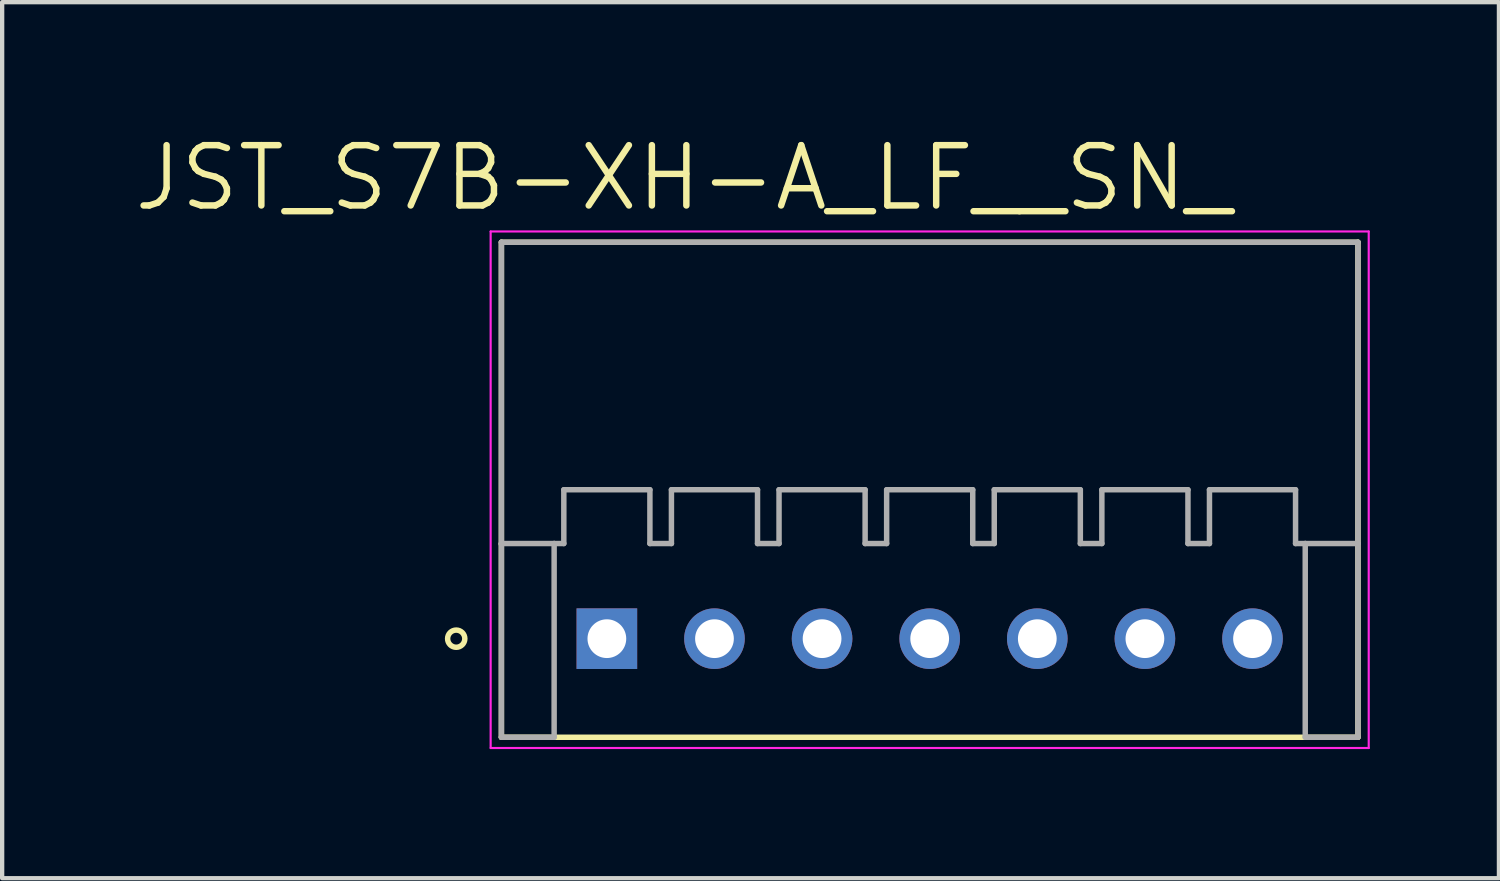
<source format=kicad_pcb>
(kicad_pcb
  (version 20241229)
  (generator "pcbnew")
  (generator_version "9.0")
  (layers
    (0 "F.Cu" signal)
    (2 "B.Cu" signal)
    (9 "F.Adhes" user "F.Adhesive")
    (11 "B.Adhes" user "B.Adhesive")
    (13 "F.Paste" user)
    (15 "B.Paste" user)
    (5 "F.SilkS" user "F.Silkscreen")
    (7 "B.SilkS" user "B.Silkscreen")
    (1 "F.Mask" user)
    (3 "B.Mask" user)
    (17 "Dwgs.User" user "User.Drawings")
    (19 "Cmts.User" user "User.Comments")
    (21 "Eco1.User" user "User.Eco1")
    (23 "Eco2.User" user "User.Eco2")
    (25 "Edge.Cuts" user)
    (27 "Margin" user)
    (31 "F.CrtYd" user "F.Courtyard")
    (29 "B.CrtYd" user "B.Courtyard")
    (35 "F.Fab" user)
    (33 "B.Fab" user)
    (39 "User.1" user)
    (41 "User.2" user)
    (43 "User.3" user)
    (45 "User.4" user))
  (footprint "JST_S7B-XH-A_LF__SN_"
    (layer "F.Cu")
    (at 18.549 8.328)
    (property "Reference" "JST_S7B-XH-A_LF__SN_" (at -5.72 -7.245 0) (layer "F.SilkS") (effects (font (size 1.401 1.401) (thickness 0.15))))
    (attr through_hole)
    (fp_line (start -9.95 -5.75) (end 9.95 -5.75) (stroke (width 0.127) (type solid)) (layer "F.SilkS"))
    (fp_line (start -9.95 1.25) (end -9.95 -5.75) (stroke (width 0.127) (type solid)) (layer "F.SilkS"))
    (fp_line (start -9.95 1.27) (end -9.95 1.25) (stroke (width 0.127) (type solid)) (layer "F.SilkS"))
    (fp_line (start -9.95 5.75) (end -9.95 1.27) (stroke (width 0.127) (type solid)) (layer "F.SilkS"))
    (fp_line (start 9.95 -5.75) (end 9.95 5.75) (stroke (width 0.127) (type solid)) (layer "F.SilkS"))
    (fp_line (start 9.95 5.75) (end -9.95 5.75) (stroke (width 0.127) (type solid)) (layer "F.SilkS"))
    (fp_circle (center -11 3.46) (end -10.8 3.46) (stroke (width 0.127) (type solid)) (fill no) (layer "F.SilkS"))
    (fp_line (start -10.2 -6) (end 10.2 -6) (stroke (width 0.05) (type solid)) (layer "F.CrtYd"))
    (fp_line (start -10.2 6) (end -10.2 -6) (stroke (width 0.05) (type solid)) (layer "F.CrtYd"))
    (fp_line (start 10.2 -6) (end 10.2 6) (stroke (width 0.05) (type solid)) (layer "F.CrtYd"))
    (fp_line (start 10.2 6) (end -10.2 6) (stroke (width 0.05) (type solid)) (layer "F.CrtYd"))
    (fp_line (start -9.95 -5.75) (end -9.95 1.25) (stroke (width 0.127) (type solid)) (layer "F.Fab"))
    (fp_line (start -9.95 1.25) (end -9.95 5.75) (stroke (width 0.127) (type solid)) (layer "F.Fab"))
    (fp_line (start -9.95 1.25) (end -8.725 1.25) (stroke (width 0.127) (type solid)) (layer "F.Fab"))
    (fp_line (start -9.95 5.75) (end -8.725 5.75) (stroke (width 0.127) (type solid)) (layer "F.Fab"))
    (fp_line (start -8.725 1.25) (end -8.5 1.25) (stroke (width 0.127) (type solid)) (layer "F.Fab"))
    (fp_line (start -8.725 5.75) (end -8.725 1.25) (stroke (width 0.127) (type solid)) (layer "F.Fab"))
    (fp_line (start -8.5 0) (end -6.5 0) (stroke (width 0.127) (type solid)) (layer "F.Fab"))
    (fp_line (start -8.5 1.25) (end -8.5 0) (stroke (width 0.127) (type solid)) (layer "F.Fab"))
    (fp_line (start -6.5 0) (end -6.5 1.25) (stroke (width 0.127) (type solid)) (layer "F.Fab"))
    (fp_line (start -6.5 1.25) (end -6 1.25) (stroke (width 0.127) (type solid)) (layer "F.Fab"))
    (fp_line (start -6 0) (end -4 0) (stroke (width 0.127) (type solid)) (layer "F.Fab"))
    (fp_line (start -6 1.25) (end -6 0) (stroke (width 0.127) (type solid)) (layer "F.Fab"))
    (fp_line (start -4 0) (end -4 1.25) (stroke (width 0.127) (type solid)) (layer "F.Fab"))
    (fp_line (start -4 1.25) (end -3.5 1.25) (stroke (width 0.127) (type solid)) (layer "F.Fab"))
    (fp_line (start -3.5 0) (end -1.5 0) (stroke (width 0.127) (type solid)) (layer "F.Fab"))
    (fp_line (start -3.5 1.25) (end -3.5 0) (stroke (width 0.127) (type solid)) (layer "F.Fab"))
    (fp_line (start -1.5 0) (end -1.5 1.25) (stroke (width 0.127) (type solid)) (layer "F.Fab"))
    (fp_line (start -1.5 1.25) (end -1 1.25) (stroke (width 0.127) (type solid)) (layer "F.Fab"))
    (fp_line (start -1 0) (end 1 0) (stroke (width 0.127) (type solid)) (layer "F.Fab"))
    (fp_line (start -1 1.25) (end -1 0) (stroke (width 0.127) (type solid)) (layer "F.Fab"))
    (fp_line (start 1 0) (end 1 1.25) (stroke (width 0.127) (type solid)) (layer "F.Fab"))
    (fp_line (start 1 1.25) (end 1.5 1.25) (stroke (width 0.127) (type solid)) (layer "F.Fab"))
    (fp_line (start 1.5 0) (end 3.5 0) (stroke (width 0.127) (type solid)) (layer "F.Fab"))
    (fp_line (start 1.5 1.25) (end 1.5 0) (stroke (width 0.127) (type solid)) (layer "F.Fab"))
    (fp_line (start 3.5 0) (end 3.5 1.25) (stroke (width 0.127) (type solid)) (layer "F.Fab"))
    (fp_line (start 3.5 1.25) (end 4 1.25) (stroke (width 0.127) (type solid)) (layer "F.Fab"))
    (fp_line (start 4 0) (end 6 0) (stroke (width 0.127) (type solid)) (layer "F.Fab"))
    (fp_line (start 4 1.25) (end 4 0) (stroke (width 0.127) (type solid)) (layer "F.Fab"))
    (fp_line (start 6 0) (end 6 1.25) (stroke (width 0.127) (type solid)) (layer "F.Fab"))
    (fp_line (start 6 1.25) (end 6.5 1.25) (stroke (width 0.127) (type solid)) (layer "F.Fab"))
    (fp_line (start 6.5 0) (end 8.5 0) (stroke (width 0.127) (type solid)) (layer "F.Fab"))
    (fp_line (start 6.5 1.25) (end 6.5 0) (stroke (width 0.127) (type solid)) (layer "F.Fab"))
    (fp_line (start 8.5 0) (end 8.5 1.25) (stroke (width 0.127) (type solid)) (layer "F.Fab"))
    (fp_line (start 8.5 1.25) (end 8.725 1.25) (stroke (width 0.127) (type solid)) (layer "F.Fab"))
    (fp_line (start 8.725 1.25) (end 8.725 5.75) (stroke (width 0.127) (type solid)) (layer "F.Fab"))
    (fp_line (start 8.725 1.25) (end 9.95 1.25) (stroke (width 0.127) (type solid)) (layer "F.Fab"))
    (fp_line (start 8.725 5.75) (end 9.95 5.75) (stroke (width 0.127) (type solid)) (layer "F.Fab"))
    (fp_line (start 9.95 -5.75) (end -9.95 -5.75) (stroke (width 0.127) (type solid)) (layer "F.Fab"))
    (fp_line (start 9.95 1.25) (end 9.95 -5.75) (stroke (width 0.127) (type solid)) (layer "F.Fab"))
    (fp_line (start 9.95 5.75) (end 9.95 1.25) (stroke (width 0.127) (type solid)) (layer "F.Fab"))
    (pad "1" thru_hole rect (at -7.5 3.46) (size 1.408 1.408) (drill 0.9) (layers "*.Cu" "*.Mask"))
    (pad "2" thru_hole circle (at -5 3.46) (size 1.408 1.408) (drill 0.9) (layers "*.Cu" "*.Mask"))
    (pad "3" thru_hole circle (at -2.5 3.46) (size 1.408 1.408) (drill 0.9) (layers "*.Cu" "*.Mask"))
    (pad "4" thru_hole circle (at 0 3.46) (size 1.408 1.408) (drill 0.9) (layers "*.Cu" "*.Mask"))
    (pad "5" thru_hole circle (at 2.5 3.46) (size 1.408 1.408) (drill 0.9) (layers "*.Cu" "*.Mask"))
    (pad "6" thru_hole circle (at 5 3.46) (size 1.408 1.408) (drill 0.9) (layers "*.Cu" "*.Mask"))
    (pad "7" thru_hole circle (at 7.5 3.46) (size 1.408 1.408) (drill 0.9) (layers "*.Cu" "*.Mask")))
  (gr_rect
    (start -3 -3)
    (end 31.774 17.353)
    (stroke (width 0.1) (type default))
    (fill no)
    (layer "Edge.Cuts")))
</source>
